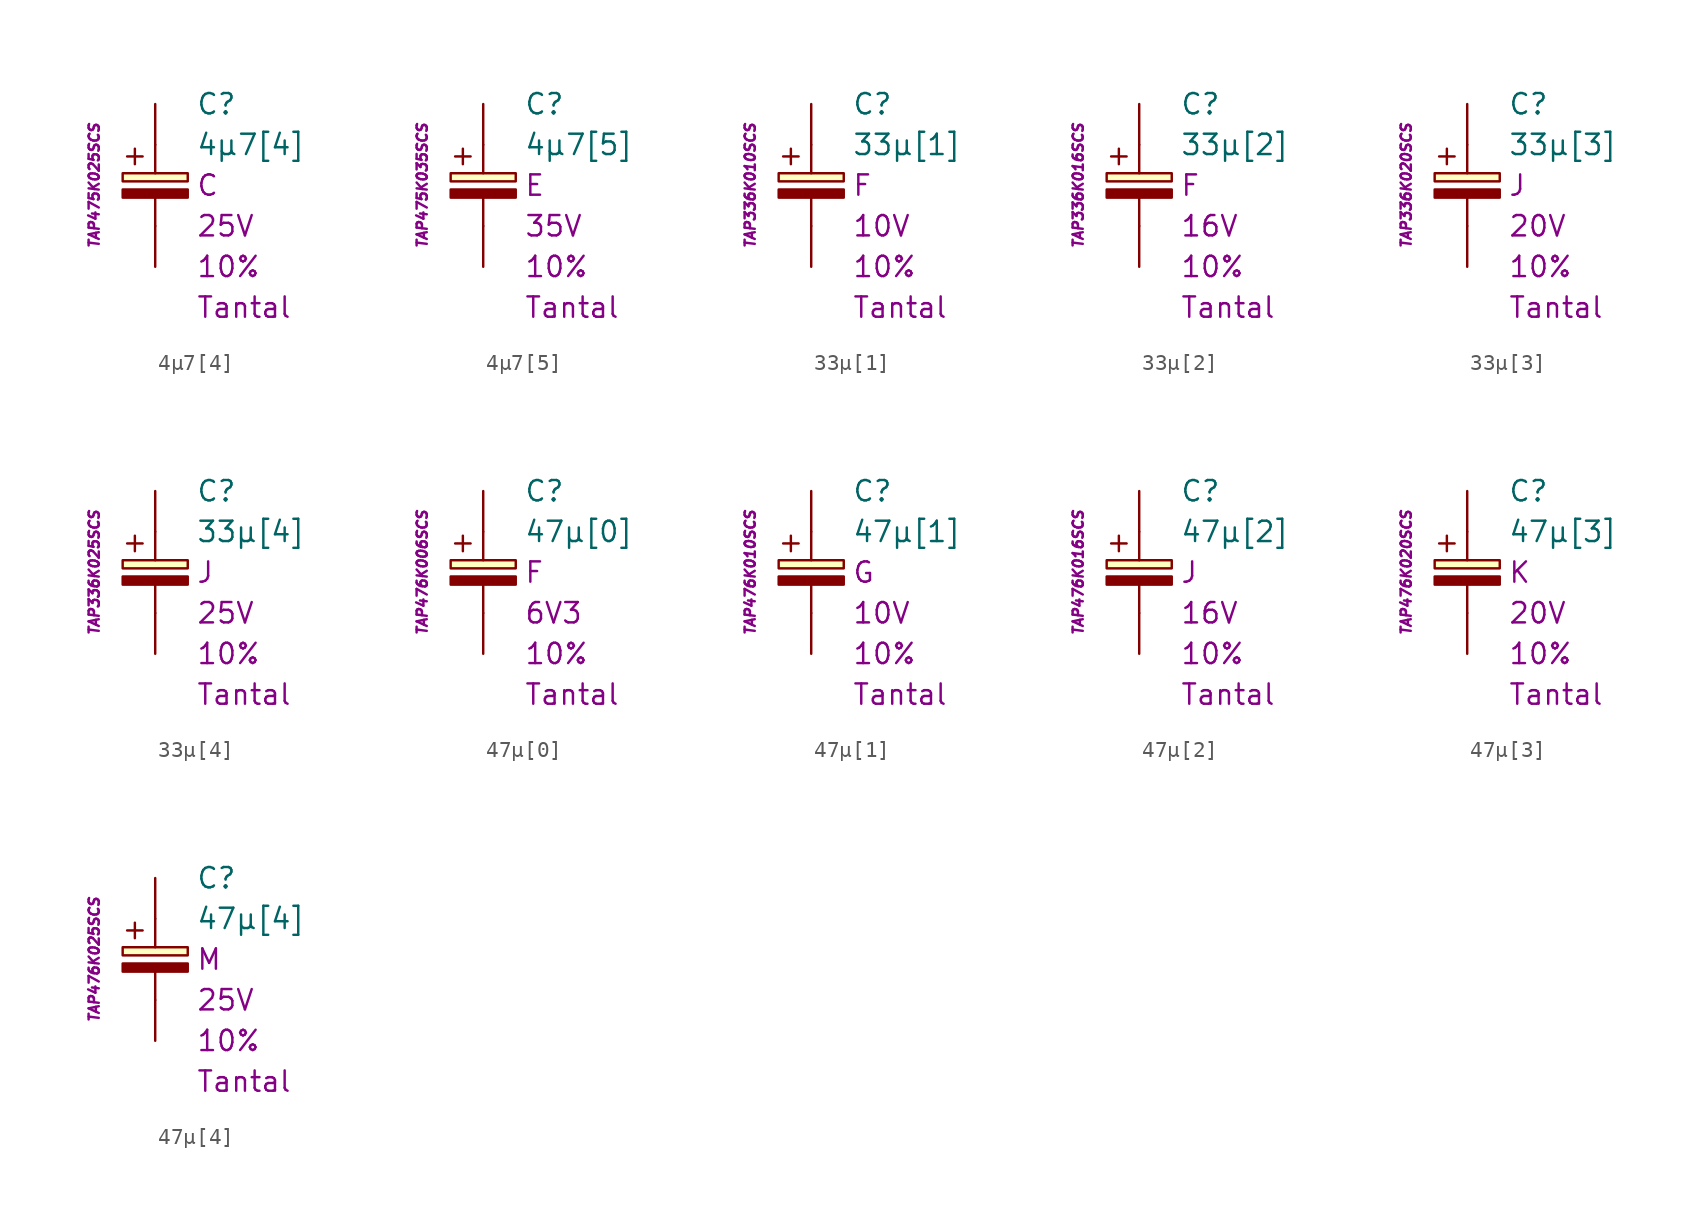
<source format=kicad_sym>
(kicad_symbol_lib
  (version 20201005)
  (generator kicad_symbol_editor)
  (symbol "4µ7[4]"
    (pin_numbers hide)
    (pin_names
      (offset 1.016) hide)
    (property "Reference" "C"
      (at 2.54 5.08 0)
      (effects (font (size 1.27 1.27)) (justify left)))
    (property "Value" "4µ7[4]"
      (at 2.54 2.54 0)
      (effects (font (size 1.27 1.27)) (justify left)))
    (property "Package" "C"
      (at 2.54 0 0)
      (effects (font (size 1.27 1.27)) (justify left)))
    (property "Voltage" "25V"
      (at 2.54 -2.54 0)
      (effects (font (size 1.27 1.27)) (justify left)))
    (property "Tolerance" "10%"
      (at 2.54 -5.08 0)
      (effects (font (size 1.27 1.27)) (justify left)))
    (property "Dielectric" "Tantal"
      (at 2.54 -7.62 0)
      (effects (font (size 1.27 1.27)) (justify left)))
    (property "MPN" "TAP475K025SCS"
      (at -3.81 0 90)
      (effects (font (size 0.635 0.635) italic)))
    (symbol "4µ7[4]_0_0"
      (text "+" (at -1.27 1.905 0) (effects (font (size 1.27 1.27)))))
    (symbol "4µ7[4]_0_1"
      (rectangle (start -2.032 -0.254) (end 2.032 -0.762) (stroke (width 0.152)) (fill (type outline)))
      (rectangle (start -2.032 0.254) (end 2.032 0.762) (stroke (width 0.152)) (fill (type background)))
      (polyline (pts (xy 0 -2.54) (xy 0 -0.762)) (stroke (width 0.152)) (fill (type none)))
      (polyline (pts (xy 0 0.762) (xy 0 2.54)) (stroke (width 0.152)) (fill (type none))))
    (symbol "4µ7[4]_1_1"
      (pin passive line (at 0 5.08 270) (length 2.54) (name "~" (effects (font (size 1.778 1.778)))) (number "1" (effects (font (size 1.778 1.778)))))
      (pin passive line (at 0 -5.08 90) (length 2.54) (name "~" (effects (font (size 1.778 1.778)))) (number "2" (effects (font (size 1.778 1.778)))))))
  (symbol "4µ7[5]"
    (pin_numbers hide)
    (pin_names
      (offset 1.016) hide)
    (property "Reference" "C"
      (at 2.54 5.08 0)
      (effects (font (size 1.27 1.27)) (justify left)))
    (property "Value" "4µ7[5]"
      (at 2.54 2.54 0)
      (effects (font (size 1.27 1.27)) (justify left)))
    (property "Package" "E"
      (at 2.54 0 0)
      (effects (font (size 1.27 1.27)) (justify left)))
    (property "Voltage" "35V"
      (at 2.54 -2.54 0)
      (effects (font (size 1.27 1.27)) (justify left)))
    (property "Tolerance" "10%"
      (at 2.54 -5.08 0)
      (effects (font (size 1.27 1.27)) (justify left)))
    (property "Dielectric" "Tantal"
      (at 2.54 -7.62 0)
      (effects (font (size 1.27 1.27)) (justify left)))
    (property "MPN" "TAP475K035SCS"
      (at -3.81 0 90)
      (effects (font (size 0.635 0.635) italic)))
    (symbol "4µ7[5]_0_0"
      (text "+" (at -1.27 1.905 0) (effects (font (size 1.27 1.27)))))
    (symbol "4µ7[5]_0_1"
      (rectangle (start -2.032 -0.254) (end 2.032 -0.762) (stroke (width 0.152)) (fill (type outline)))
      (rectangle (start -2.032 0.254) (end 2.032 0.762) (stroke (width 0.152)) (fill (type background)))
      (polyline (pts (xy 0 -2.54) (xy 0 -0.762)) (stroke (width 0.152)) (fill (type none)))
      (polyline (pts (xy 0 0.762) (xy 0 2.54)) (stroke (width 0.152)) (fill (type none))))
    (symbol "4µ7[5]_1_1"
      (pin passive line (at 0 5.08 270) (length 2.54) (name "~" (effects (font (size 1.778 1.778)))) (number "1" (effects (font (size 1.778 1.778)))))
      (pin passive line (at 0 -5.08 90) (length 2.54) (name "~" (effects (font (size 1.778 1.778)))) (number "2" (effects (font (size 1.778 1.778)))))))
  (symbol "33µ[1]"
    (pin_numbers hide)
    (pin_names
      (offset 1.016) hide)
    (property "Reference" "C"
      (at 2.54 5.08 0)
      (effects (font (size 1.27 1.27)) (justify left)))
    (property "Value" "33µ[1]"
      (at 2.54 2.54 0)
      (effects (font (size 1.27 1.27)) (justify left)))
    (property "Package" "F"
      (at 2.54 0 0)
      (effects (font (size 1.27 1.27)) (justify left)))
    (property "Voltage" "10V"
      (at 2.54 -2.54 0)
      (effects (font (size 1.27 1.27)) (justify left)))
    (property "Tolerance" "10%"
      (at 2.54 -5.08 0)
      (effects (font (size 1.27 1.27)) (justify left)))
    (property "Dielectric" "Tantal"
      (at 2.54 -7.62 0)
      (effects (font (size 1.27 1.27)) (justify left)))
    (property "MPN" "TAP336K010SCS"
      (at -3.81 0 90)
      (effects (font (size 0.635 0.635) italic)))
    (symbol "33µ[1]_0_0"
      (text "+" (at -1.27 1.905 0) (effects (font (size 1.27 1.27)))))
    (symbol "33µ[1]_0_1"
      (rectangle (start -2.032 -0.254) (end 2.032 -0.762) (stroke (width 0.152)) (fill (type outline)))
      (rectangle (start -2.032 0.254) (end 2.032 0.762) (stroke (width 0.152)) (fill (type background)))
      (polyline (pts (xy 0 -2.54) (xy 0 -0.762)) (stroke (width 0.152)) (fill (type none)))
      (polyline (pts (xy 0 0.762) (xy 0 2.54)) (stroke (width 0.152)) (fill (type none))))
    (symbol "33µ[1]_1_1"
      (pin passive line (at 0 5.08 270) (length 2.54) (name "~" (effects (font (size 1.778 1.778)))) (number "1" (effects (font (size 1.778 1.778)))))
      (pin passive line (at 0 -5.08 90) (length 2.54) (name "~" (effects (font (size 1.778 1.778)))) (number "2" (effects (font (size 1.778 1.778)))))))
  (symbol "33µ[2]"
    (pin_numbers hide)
    (pin_names
      (offset 1.016) hide)
    (property "Reference" "C"
      (at 2.54 5.08 0)
      (effects (font (size 1.27 1.27)) (justify left)))
    (property "Value" "33µ[2]"
      (at 2.54 2.54 0)
      (effects (font (size 1.27 1.27)) (justify left)))
    (property "Package" "F"
      (at 2.54 0 0)
      (effects (font (size 1.27 1.27)) (justify left)))
    (property "Voltage" "16V"
      (at 2.54 -2.54 0)
      (effects (font (size 1.27 1.27)) (justify left)))
    (property "Tolerance" "10%"
      (at 2.54 -5.08 0)
      (effects (font (size 1.27 1.27)) (justify left)))
    (property "Dielectric" "Tantal"
      (at 2.54 -7.62 0)
      (effects (font (size 1.27 1.27)) (justify left)))
    (property "MPN" "TAP336K016SCS"
      (at -3.81 0 90)
      (effects (font (size 0.635 0.635) italic)))
    (symbol "33µ[2]_0_0"
      (text "+" (at -1.27 1.905 0) (effects (font (size 1.27 1.27)))))
    (symbol "33µ[2]_0_1"
      (rectangle (start -2.032 -0.254) (end 2.032 -0.762) (stroke (width 0.152)) (fill (type outline)))
      (rectangle (start -2.032 0.254) (end 2.032 0.762) (stroke (width 0.152)) (fill (type background)))
      (polyline (pts (xy 0 -2.54) (xy 0 -0.762)) (stroke (width 0.152)) (fill (type none)))
      (polyline (pts (xy 0 0.762) (xy 0 2.54)) (stroke (width 0.152)) (fill (type none))))
    (symbol "33µ[2]_1_1"
      (pin passive line (at 0 5.08 270) (length 2.54) (name "~" (effects (font (size 1.778 1.778)))) (number "1" (effects (font (size 1.778 1.778)))))
      (pin passive line (at 0 -5.08 90) (length 2.54) (name "~" (effects (font (size 1.778 1.778)))) (number "2" (effects (font (size 1.778 1.778)))))))
  (symbol "33µ[3]"
    (pin_numbers hide)
    (pin_names
      (offset 1.016) hide)
    (property "Reference" "C"
      (at 2.54 5.08 0)
      (effects (font (size 1.27 1.27)) (justify left)))
    (property "Value" "33µ[3]"
      (at 2.54 2.54 0)
      (effects (font (size 1.27 1.27)) (justify left)))
    (property "Package" "J"
      (at 2.54 0 0)
      (effects (font (size 1.27 1.27)) (justify left)))
    (property "Voltage" "20V"
      (at 2.54 -2.54 0)
      (effects (font (size 1.27 1.27)) (justify left)))
    (property "Tolerance" "10%"
      (at 2.54 -5.08 0)
      (effects (font (size 1.27 1.27)) (justify left)))
    (property "Dielectric" "Tantal"
      (at 2.54 -7.62 0)
      (effects (font (size 1.27 1.27)) (justify left)))
    (property "MPN" "TAP336K020SCS"
      (at -3.81 0 90)
      (effects (font (size 0.635 0.635) italic)))
    (symbol "33µ[3]_0_0"
      (text "+" (at -1.27 1.905 0) (effects (font (size 1.27 1.27)))))
    (symbol "33µ[3]_0_1"
      (rectangle (start -2.032 -0.254) (end 2.032 -0.762) (stroke (width 0.152)) (fill (type outline)))
      (rectangle (start -2.032 0.254) (end 2.032 0.762) (stroke (width 0.152)) (fill (type background)))
      (polyline (pts (xy 0 -2.54) (xy 0 -0.762)) (stroke (width 0.152)) (fill (type none)))
      (polyline (pts (xy 0 0.762) (xy 0 2.54)) (stroke (width 0.152)) (fill (type none))))
    (symbol "33µ[3]_1_1"
      (pin passive line (at 0 5.08 270) (length 2.54) (name "~" (effects (font (size 1.778 1.778)))) (number "1" (effects (font (size 1.778 1.778)))))
      (pin passive line (at 0 -5.08 90) (length 2.54) (name "~" (effects (font (size 1.778 1.778)))) (number "2" (effects (font (size 1.778 1.778)))))))
  (symbol "33µ[4]"
    (pin_numbers hide)
    (pin_names
      (offset 1.016) hide)
    (property "Reference" "C"
      (at 2.54 5.08 0)
      (effects (font (size 1.27 1.27)) (justify left)))
    (property "Value" "33µ[4]"
      (at 2.54 2.54 0)
      (effects (font (size 1.27 1.27)) (justify left)))
    (property "Package" "J"
      (at 2.54 0 0)
      (effects (font (size 1.27 1.27)) (justify left)))
    (property "Voltage" "25V"
      (at 2.54 -2.54 0)
      (effects (font (size 1.27 1.27)) (justify left)))
    (property "Tolerance" "10%"
      (at 2.54 -5.08 0)
      (effects (font (size 1.27 1.27)) (justify left)))
    (property "Dielectric" "Tantal"
      (at 2.54 -7.62 0)
      (effects (font (size 1.27 1.27)) (justify left)))
    (property "MPN" "TAP336K025SCS"
      (at -3.81 0 90)
      (effects (font (size 0.635 0.635) italic)))
    (symbol "33µ[4]_0_0"
      (text "+" (at -1.27 1.905 0) (effects (font (size 1.27 1.27)))))
    (symbol "33µ[4]_0_1"
      (rectangle (start -2.032 -0.254) (end 2.032 -0.762) (stroke (width 0.152)) (fill (type outline)))
      (rectangle (start -2.032 0.254) (end 2.032 0.762) (stroke (width 0.152)) (fill (type background)))
      (polyline (pts (xy 0 -2.54) (xy 0 -0.762)) (stroke (width 0.152)) (fill (type none)))
      (polyline (pts (xy 0 0.762) (xy 0 2.54)) (stroke (width 0.152)) (fill (type none))))
    (symbol "33µ[4]_1_1"
      (pin passive line (at 0 5.08 270) (length 2.54) (name "~" (effects (font (size 1.778 1.778)))) (number "1" (effects (font (size 1.778 1.778)))))
      (pin passive line (at 0 -5.08 90) (length 2.54) (name "~" (effects (font (size 1.778 1.778)))) (number "2" (effects (font (size 1.778 1.778)))))))
  (symbol "47µ[0]"
    (pin_numbers hide)
    (pin_names
      (offset 1.016) hide)
    (property "Reference" "C"
      (at 2.54 5.08 0)
      (effects (font (size 1.27 1.27)) (justify left)))
    (property "Value" "47µ[0]"
      (at 2.54 2.54 0)
      (effects (font (size 1.27 1.27)) (justify left)))
    (property "Package" "F"
      (at 2.54 0 0)
      (effects (font (size 1.27 1.27)) (justify left)))
    (property "Voltage" "6V3"
      (at 2.54 -2.54 0)
      (effects (font (size 1.27 1.27)) (justify left)))
    (property "Tolerance" "10%"
      (at 2.54 -5.08 0)
      (effects (font (size 1.27 1.27)) (justify left)))
    (property "Dielectric" "Tantal"
      (at 2.54 -7.62 0)
      (effects (font (size 1.27 1.27)) (justify left)))
    (property "MPN" "TAP476K006SCS"
      (at -3.81 0 90)
      (effects (font (size 0.635 0.635) italic)))
    (symbol "47µ[0]_0_0"
      (text "+" (at -1.27 1.905 0) (effects (font (size 1.27 1.27)))))
    (symbol "47µ[0]_0_1"
      (rectangle (start -2.032 -0.254) (end 2.032 -0.762) (stroke (width 0.152)) (fill (type outline)))
      (rectangle (start -2.032 0.254) (end 2.032 0.762) (stroke (width 0.152)) (fill (type background)))
      (polyline (pts (xy 0 -2.54) (xy 0 -0.762)) (stroke (width 0.152)) (fill (type none)))
      (polyline (pts (xy 0 0.762) (xy 0 2.54)) (stroke (width 0.152)) (fill (type none))))
    (symbol "47µ[0]_1_1"
      (pin passive line (at 0 5.08 270) (length 2.54) (name "~" (effects (font (size 1.778 1.778)))) (number "1" (effects (font (size 1.778 1.778)))))
      (pin passive line (at 0 -5.08 90) (length 2.54) (name "~" (effects (font (size 1.778 1.778)))) (number "2" (effects (font (size 1.778 1.778)))))))
  (symbol "47µ[1]"
    (pin_numbers hide)
    (pin_names
      (offset 1.016) hide)
    (property "Reference" "C"
      (at 2.54 5.08 0)
      (effects (font (size 1.27 1.27)) (justify left)))
    (property "Value" "47µ[1]"
      (at 2.54 2.54 0)
      (effects (font (size 1.27 1.27)) (justify left)))
    (property "Package" "G"
      (at 2.54 0 0)
      (effects (font (size 1.27 1.27)) (justify left)))
    (property "Voltage" "10V"
      (at 2.54 -2.54 0)
      (effects (font (size 1.27 1.27)) (justify left)))
    (property "Tolerance" "10%"
      (at 2.54 -5.08 0)
      (effects (font (size 1.27 1.27)) (justify left)))
    (property "Dielectric" "Tantal"
      (at 2.54 -7.62 0)
      (effects (font (size 1.27 1.27)) (justify left)))
    (property "MPN" "TAP476K010SCS"
      (at -3.81 0 90)
      (effects (font (size 0.635 0.635) italic)))
    (symbol "47µ[1]_0_0"
      (text "+" (at -1.27 1.905 0) (effects (font (size 1.27 1.27)))))
    (symbol "47µ[1]_0_1"
      (rectangle (start -2.032 -0.254) (end 2.032 -0.762) (stroke (width 0.152)) (fill (type outline)))
      (rectangle (start -2.032 0.254) (end 2.032 0.762) (stroke (width 0.152)) (fill (type background)))
      (polyline (pts (xy 0 -2.54) (xy 0 -0.762)) (stroke (width 0.152)) (fill (type none)))
      (polyline (pts (xy 0 0.762) (xy 0 2.54)) (stroke (width 0.152)) (fill (type none))))
    (symbol "47µ[1]_1_1"
      (pin passive line (at 0 5.08 270) (length 2.54) (name "~" (effects (font (size 1.778 1.778)))) (number "1" (effects (font (size 1.778 1.778)))))
      (pin passive line (at 0 -5.08 90) (length 2.54) (name "~" (effects (font (size 1.778 1.778)))) (number "2" (effects (font (size 1.778 1.778)))))))
  (symbol "47µ[2]"
    (pin_numbers hide)
    (pin_names
      (offset 1.016) hide)
    (property "Reference" "C"
      (at 2.54 5.08 0)
      (effects (font (size 1.27 1.27)) (justify left)))
    (property "Value" "47µ[2]"
      (at 2.54 2.54 0)
      (effects (font (size 1.27 1.27)) (justify left)))
    (property "Package" "J"
      (at 2.54 0 0)
      (effects (font (size 1.27 1.27)) (justify left)))
    (property "Voltage" "16V"
      (at 2.54 -2.54 0)
      (effects (font (size 1.27 1.27)) (justify left)))
    (property "Tolerance" "10%"
      (at 2.54 -5.08 0)
      (effects (font (size 1.27 1.27)) (justify left)))
    (property "Dielectric" "Tantal"
      (at 2.54 -7.62 0)
      (effects (font (size 1.27 1.27)) (justify left)))
    (property "MPN" "TAP476K016SCS"
      (at -3.81 0 90)
      (effects (font (size 0.635 0.635) italic)))
    (symbol "47µ[2]_0_0"
      (text "+" (at -1.27 1.905 0) (effects (font (size 1.27 1.27)))))
    (symbol "47µ[2]_0_1"
      (rectangle (start -2.032 -0.254) (end 2.032 -0.762) (stroke (width 0.152)) (fill (type outline)))
      (rectangle (start -2.032 0.254) (end 2.032 0.762) (stroke (width 0.152)) (fill (type background)))
      (polyline (pts (xy 0 -2.54) (xy 0 -0.762)) (stroke (width 0.152)) (fill (type none)))
      (polyline (pts (xy 0 0.762) (xy 0 2.54)) (stroke (width 0.152)) (fill (type none))))
    (symbol "47µ[2]_1_1"
      (pin passive line (at 0 5.08 270) (length 2.54) (name "~" (effects (font (size 1.778 1.778)))) (number "1" (effects (font (size 1.778 1.778)))))
      (pin passive line (at 0 -5.08 90) (length 2.54) (name "~" (effects (font (size 1.778 1.778)))) (number "2" (effects (font (size 1.778 1.778)))))))
  (symbol "47µ[3]"
    (pin_numbers hide)
    (pin_names
      (offset 1.016) hide)
    (property "Reference" "C"
      (at 2.54 5.08 0)
      (effects (font (size 1.27 1.27)) (justify left)))
    (property "Value" "47µ[3]"
      (at 2.54 2.54 0)
      (effects (font (size 1.27 1.27)) (justify left)))
    (property "Package" "K"
      (at 2.54 0 0)
      (effects (font (size 1.27 1.27)) (justify left)))
    (property "Voltage" "20V"
      (at 2.54 -2.54 0)
      (effects (font (size 1.27 1.27)) (justify left)))
    (property "Tolerance" "10%"
      (at 2.54 -5.08 0)
      (effects (font (size 1.27 1.27)) (justify left)))
    (property "Dielectric" "Tantal"
      (at 2.54 -7.62 0)
      (effects (font (size 1.27 1.27)) (justify left)))
    (property "MPN" "TAP476K020SCS"
      (at -3.81 0 90)
      (effects (font (size 0.635 0.635) italic)))
    (symbol "47µ[3]_0_0"
      (text "+" (at -1.27 1.905 0) (effects (font (size 1.27 1.27)))))
    (symbol "47µ[3]_0_1"
      (rectangle (start -2.032 -0.254) (end 2.032 -0.762) (stroke (width 0.152)) (fill (type outline)))
      (rectangle (start -2.032 0.254) (end 2.032 0.762) (stroke (width 0.152)) (fill (type background)))
      (polyline (pts (xy 0 -2.54) (xy 0 -0.762)) (stroke (width 0.152)) (fill (type none)))
      (polyline (pts (xy 0 0.762) (xy 0 2.54)) (stroke (width 0.152)) (fill (type none))))
    (symbol "47µ[3]_1_1"
      (pin passive line (at 0 5.08 270) (length 2.54) (name "~" (effects (font (size 1.778 1.778)))) (number "1" (effects (font (size 1.778 1.778)))))
      (pin passive line (at 0 -5.08 90) (length 2.54) (name "~" (effects (font (size 1.778 1.778)))) (number "2" (effects (font (size 1.778 1.778)))))))
  (symbol "47µ[4]"
    (pin_numbers hide)
    (pin_names
      (offset 1.016) hide)
    (property "Reference" "C"
      (at 2.54 5.08 0)
      (effects (font (size 1.27 1.27)) (justify left)))
    (property "Value" "47µ[4]"
      (at 2.54 2.54 0)
      (effects (font (size 1.27 1.27)) (justify left)))
    (property "Package" "M"
      (at 2.54 0 0)
      (effects (font (size 1.27 1.27)) (justify left)))
    (property "Voltage" "25V"
      (at 2.54 -2.54 0)
      (effects (font (size 1.27 1.27)) (justify left)))
    (property "Tolerance" "10%"
      (at 2.54 -5.08 0)
      (effects (font (size 1.27 1.27)) (justify left)))
    (property "Dielectric" "Tantal"
      (at 2.54 -7.62 0)
      (effects (font (size 1.27 1.27)) (justify left)))
    (property "MPN" "TAP476K025SCS"
      (at -3.81 0 90)
      (effects (font (size 0.635 0.635) italic)))
    (symbol "47µ[4]_0_0"
      (text "+" (at -1.27 1.905 0) (effects (font (size 1.27 1.27)))))
    (symbol "47µ[4]_0_1"
      (rectangle (start -2.032 -0.254) (end 2.032 -0.762) (stroke (width 0.152)) (fill (type outline)))
      (rectangle (start -2.032 0.254) (end 2.032 0.762) (stroke (width 0.152)) (fill (type background)))
      (polyline (pts (xy 0 -2.54) (xy 0 -0.762)) (stroke (width 0.152)) (fill (type none)))
      (polyline (pts (xy 0 0.762) (xy 0 2.54)) (stroke (width 0.152)) (fill (type none))))
    (symbol "47µ[4]_1_1"
      (pin passive line (at 0 5.08 270) (length 2.54) (name "~" (effects (font (size 1.778 1.778)))) (number "1" (effects (font (size 1.778 1.778)))))
      (pin passive line (at 0 -5.08 90) (length 2.54) (name "~" (effects (font (size 1.778 1.778)))) (number "2" (effects (font (size 1.778 1.778))))))))
</source>
